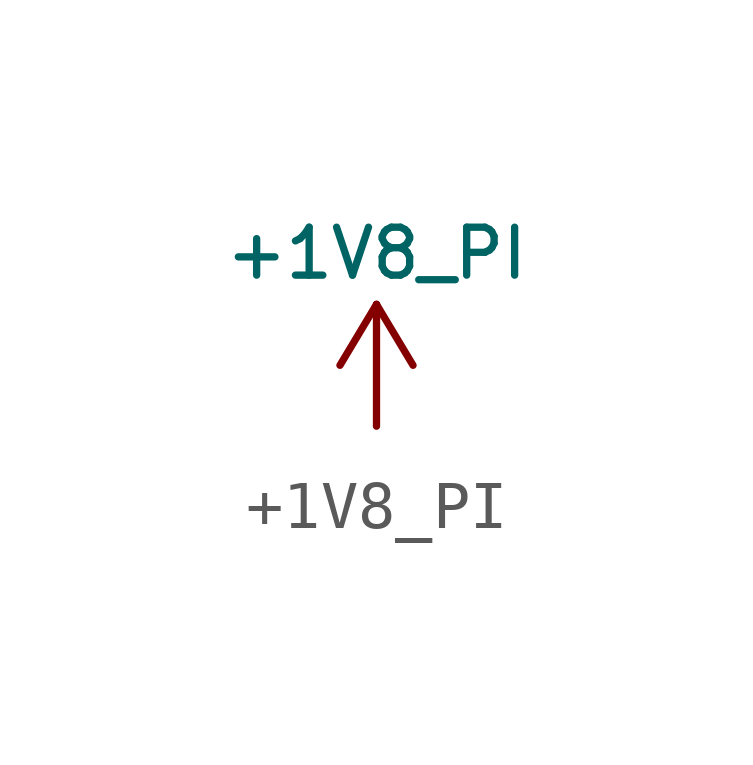
<source format=kicad_sym>
(kicad_symbol_lib
  (version 20241209)
  (generator "kicad_symbol_editor")
  (generator_version "9.0")
  (symbol "+1V8_PI"
    (power)
    (pin_names
      (offset 0))
    (property "Reference" "#PWR?"
      (at 0 -3.81 0)
      (effects (font (size 1.27 1.27)) (hide yes)))
    (property "Value" "+1V8_PI"
      (at 0 3.605 0)
      (effects (font (size 1 1))))
    (symbol "+1V8_PI_0_1"
      (polyline (pts (xy -0.762 1.27) (xy 0 2.54)) (stroke (width 0) (type default)) (fill (type none)))
      (polyline (pts (xy 0 2.54) (xy 0.762 1.27)) (stroke (width 0) (type default)) (fill (type none)))
      (polyline (pts (xy 0 0) (xy 0 2.54)) (stroke (width 0) (type default)) (fill (type none))))
    (symbol "+1V8_PI_1_1"
      (pin power_in line (at 0 0 90) (length 0) (hide yes) (name "+1V8_PI" (effects (font (size 1.27 1.27)))) (number "1" (effects (font (size 1.27 1.27))))))))
</source>
